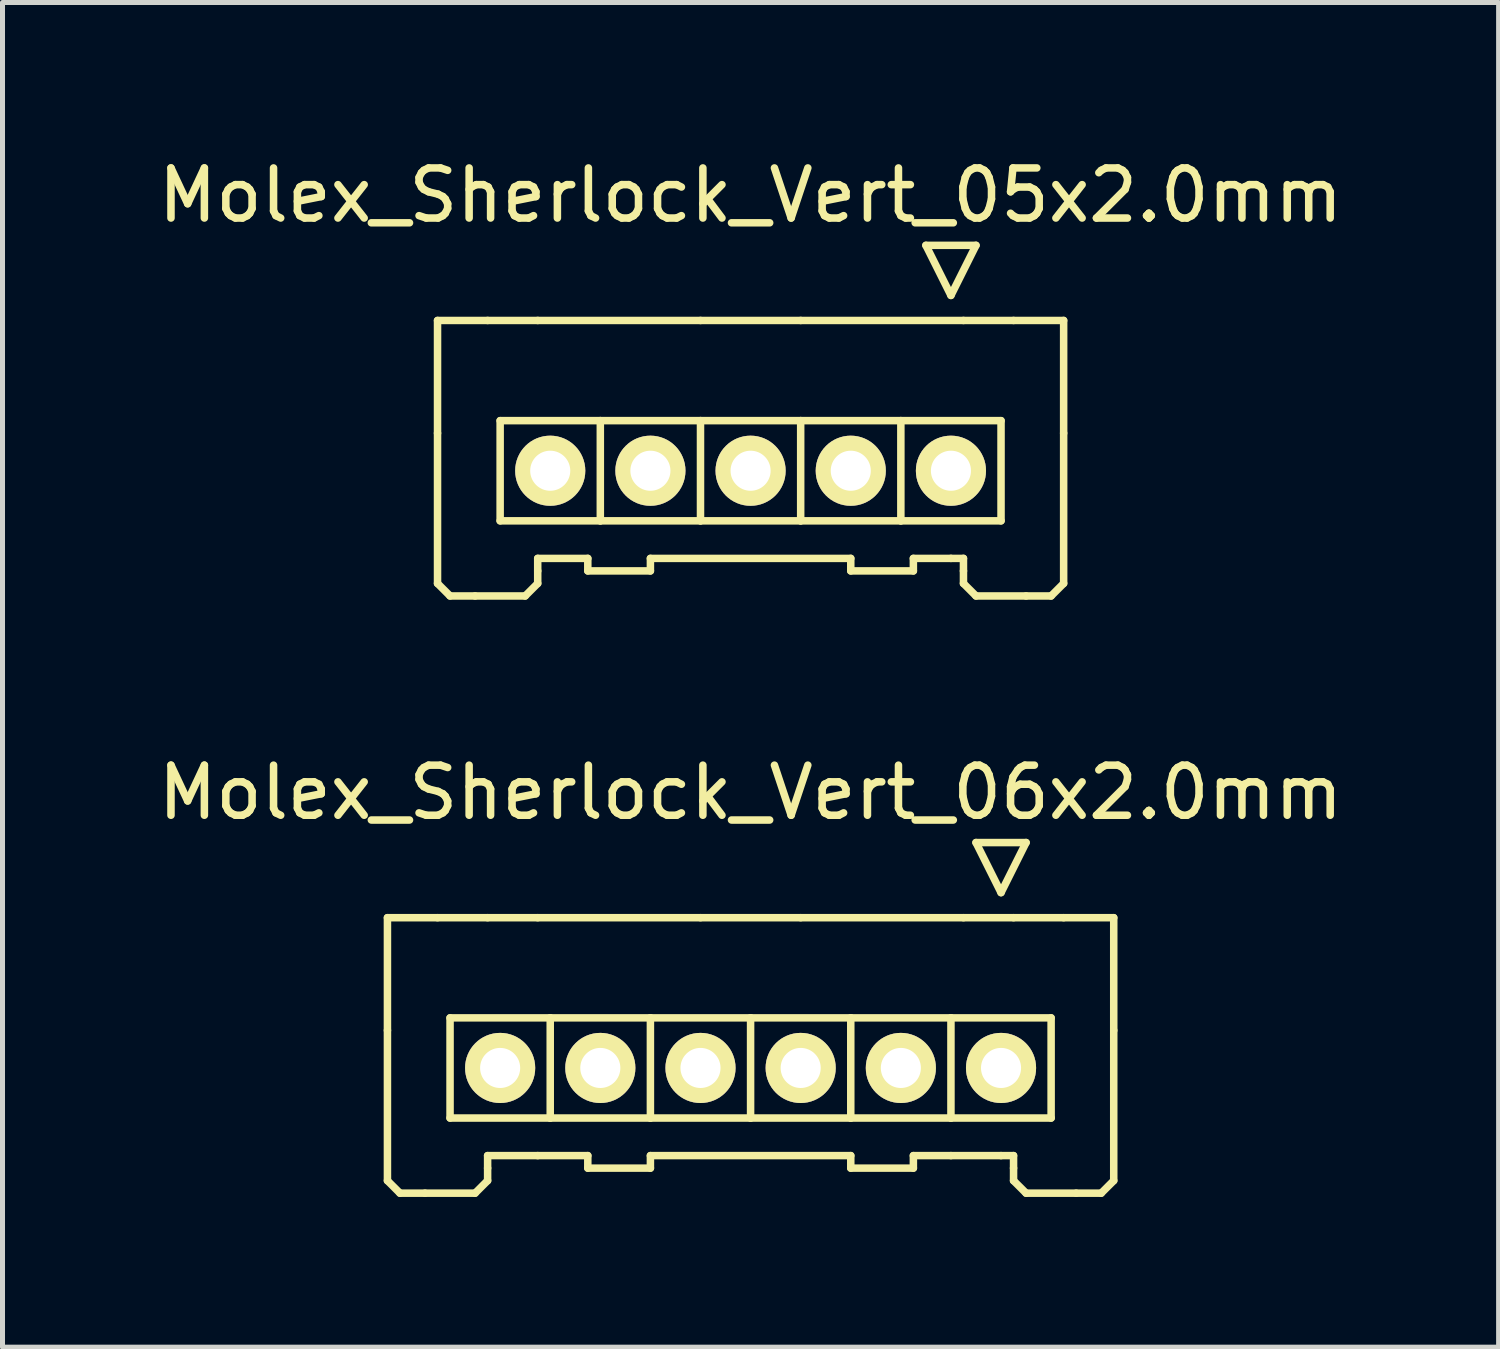
<source format=kicad_pcb>
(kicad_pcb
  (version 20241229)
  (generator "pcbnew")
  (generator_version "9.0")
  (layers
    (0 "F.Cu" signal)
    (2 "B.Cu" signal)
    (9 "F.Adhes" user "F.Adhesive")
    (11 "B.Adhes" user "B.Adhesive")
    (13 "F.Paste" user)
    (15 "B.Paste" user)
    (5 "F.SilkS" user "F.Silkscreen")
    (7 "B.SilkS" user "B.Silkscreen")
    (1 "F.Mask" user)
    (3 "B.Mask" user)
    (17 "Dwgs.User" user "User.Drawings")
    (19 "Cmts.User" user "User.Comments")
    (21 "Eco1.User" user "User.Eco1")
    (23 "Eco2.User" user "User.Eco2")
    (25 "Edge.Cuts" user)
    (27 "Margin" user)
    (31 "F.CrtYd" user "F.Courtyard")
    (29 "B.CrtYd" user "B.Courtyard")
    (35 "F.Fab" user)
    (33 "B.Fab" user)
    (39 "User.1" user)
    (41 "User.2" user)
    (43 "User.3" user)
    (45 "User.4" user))
  (footprint "Molex_Sherlock_Vert_05x2.0mm"
    (layer "F.Cu")
    (at 11.935 6.348)
    (property "Reference" "Molex_Sherlock_Vert_05x2.0mm" (at 0 -5.5 0) (layer "F.SilkS") (effects (font (size 1 1) (thickness 0.15))))
    (attr through_hole)
    (fp_line (start -6.25 -3) (end -6.25 -0.75) (stroke (width 0.15) (type solid)) (layer "F.SilkS"))
    (fp_line (start -6.25 -0.75) (end -6.25 2.25) (stroke (width 0.15) (type solid)) (layer "F.SilkS"))
    (fp_line (start -6.25 2.25) (end -6 2.5) (stroke (width 0.15) (type solid)) (layer "F.SilkS"))
    (fp_line (start -6 2.5) (end -5.5 2.5) (stroke (width 0.15) (type solid)) (layer "F.SilkS"))
    (fp_line (start -5.25 -3) (end -6.25 -3) (stroke (width 0.15) (type solid)) (layer "F.SilkS"))
    (fp_line (start -5 -1) (end -3 -1) (stroke (width 0.15) (type solid)) (layer "F.SilkS"))
    (fp_line (start -5 1) (end -5 -1) (stroke (width 0.15) (type solid)) (layer "F.SilkS"))
    (fp_line (start -4.5 2.5) (end -5.5 2.5) (stroke (width 0.15) (type solid)) (layer "F.SilkS"))
    (fp_line (start -4.25 -3) (end -5.25 -3) (stroke (width 0.15) (type solid)) (layer "F.SilkS"))
    (fp_line (start -4.25 -3) (end -1 -3) (stroke (width 0.15) (type solid)) (layer "F.SilkS"))
    (fp_line (start -4.25 1.75) (end -3.25 1.75) (stroke (width 0.15) (type solid)) (layer "F.SilkS"))
    (fp_line (start -4.25 2) (end -4.25 1.75) (stroke (width 0.15) (type solid)) (layer "F.SilkS"))
    (fp_line (start -4.25 2) (end -4.25 2.25) (stroke (width 0.15) (type solid)) (layer "F.SilkS"))
    (fp_line (start -4.25 2.25) (end -4.5 2.5) (stroke (width 0.15) (type solid)) (layer "F.SilkS"))
    (fp_line (start -3.25 1.75) (end -3.25 2) (stroke (width 0.15) (type solid)) (layer "F.SilkS"))
    (fp_line (start -3.25 2) (end -2 2) (stroke (width 0.15) (type solid)) (layer "F.SilkS"))
    (fp_line (start -3 -1) (end -3 1) (stroke (width 0.15) (type solid)) (layer "F.SilkS"))
    (fp_line (start -3 -1) (end -1 -1) (stroke (width 0.15) (type solid)) (layer "F.SilkS"))
    (fp_line (start -3 1) (end -5 1) (stroke (width 0.15) (type solid)) (layer "F.SilkS"))
    (fp_line (start -2 1.75) (end 2 1.75) (stroke (width 0.15) (type solid)) (layer "F.SilkS"))
    (fp_line (start -2 2) (end -2 1.75) (stroke (width 0.15) (type solid)) (layer "F.SilkS"))
    (fp_line (start -1 -1) (end -1 1) (stroke (width 0.15) (type solid)) (layer "F.SilkS"))
    (fp_line (start -1 -1) (end 1 -1) (stroke (width 0.15) (type solid)) (layer "F.SilkS"))
    (fp_line (start -1 1) (end -3 1) (stroke (width 0.15) (type solid)) (layer "F.SilkS"))
    (fp_line (start 1 -3) (end -1 -3) (stroke (width 0.15) (type solid)) (layer "F.SilkS"))
    (fp_line (start 1 -3) (end 4.25 -3) (stroke (width 0.15) (type solid)) (layer "F.SilkS"))
    (fp_line (start 1 -1) (end 1 1) (stroke (width 0.15) (type solid)) (layer "F.SilkS"))
    (fp_line (start 1 -1) (end 3 -1) (stroke (width 0.15) (type solid)) (layer "F.SilkS"))
    (fp_line (start 1 1) (end -1 1) (stroke (width 0.15) (type solid)) (layer "F.SilkS"))
    (fp_line (start 2 1.75) (end 2 2) (stroke (width 0.15) (type solid)) (layer "F.SilkS"))
    (fp_line (start 3 -1) (end 3 1) (stroke (width 0.15) (type solid)) (layer "F.SilkS"))
    (fp_line (start 3 -1) (end 5 -1) (stroke (width 0.15) (type solid)) (layer "F.SilkS"))
    (fp_line (start 3 1) (end 1 1) (stroke (width 0.15) (type solid)) (layer "F.SilkS"))
    (fp_line (start 3.25 1.75) (end 4 1.75) (stroke (width 0.15) (type solid)) (layer "F.SilkS"))
    (fp_line (start 3.25 2) (end 2 2) (stroke (width 0.15) (type solid)) (layer "F.SilkS"))
    (fp_line (start 3.25 2) (end 3.25 1.75) (stroke (width 0.15) (type solid)) (layer "F.SilkS"))
    (fp_line (start 3.5 -4.5) (end 4.5 -4.5) (stroke (width 0.15) (type solid)) (layer "F.SilkS"))
    (fp_line (start 4 -3.5) (end 3.5 -4.5) (stroke (width 0.15) (type solid)) (layer "F.SilkS"))
    (fp_line (start 4 1.75) (end 4.25 1.75) (stroke (width 0.15) (type solid)) (layer "F.SilkS"))
    (fp_line (start 4.25 1.75) (end 4.25 2) (stroke (width 0.15) (type solid)) (layer "F.SilkS"))
    (fp_line (start 4.25 2) (end 4.25 2.25) (stroke (width 0.15) (type solid)) (layer "F.SilkS"))
    (fp_line (start 4.5 -4.5) (end 4 -3.5) (stroke (width 0.15) (type solid)) (layer "F.SilkS"))
    (fp_line (start 4.5 2.5) (end 4.25 2.25) (stroke (width 0.15) (type solid)) (layer "F.SilkS"))
    (fp_line (start 5 -1) (end 5 1) (stroke (width 0.15) (type solid)) (layer "F.SilkS"))
    (fp_line (start 5 1) (end 3 1) (stroke (width 0.15) (type solid)) (layer "F.SilkS"))
    (fp_line (start 5.25 -3) (end 4.25 -3) (stroke (width 0.15) (type solid)) (layer "F.SilkS"))
    (fp_line (start 5.25 -3) (end 6.25 -3) (stroke (width 0.15) (type solid)) (layer "F.SilkS"))
    (fp_line (start 5.5 2.5) (end 4.5 2.5) (stroke (width 0.15) (type solid)) (layer "F.SilkS"))
    (fp_line (start 6 2.5) (end 5.5 2.5) (stroke (width 0.15) (type solid)) (layer "F.SilkS"))
    (fp_line (start 6.25 -0.75) (end 6.25 -3) (stroke (width 0.15) (type solid)) (layer "F.SilkS"))
    (fp_line (start 6.25 -0.75) (end 6.25 2.25) (stroke (width 0.15) (type solid)) (layer "F.SilkS"))
    (fp_line (start 6.25 2.25) (end 6 2.5) (stroke (width 0.15) (type solid)) (layer "F.SilkS"))
    (pad "1" thru_hole circle (at 4 0) (size 1.4 1.4) (drill 0.8) (layers "*.Cu" "*.Mask" "F.SilkS"))
    (pad "2" thru_hole circle (at 2 0) (size 1.4 1.4) (drill 0.8) (layers "*.Cu" "*.Mask" "F.SilkS"))
    (pad "3" thru_hole circle (at 0 0) (size 1.4 1.4) (drill 0.8) (layers "*.Cu" "*.Mask" "F.SilkS"))
    (pad "4" thru_hole circle (at -2 0) (size 1.4 1.4) (drill 0.8) (layers "*.Cu" "*.Mask" "F.SilkS"))
    (pad "5" thru_hole circle (at -4 0) (size 1.4 1.4) (drill 0.8) (layers "*.Cu" "*.Mask" "F.SilkS")))
  (footprint "Molex_Sherlock_Vert_06x2.0mm"
    (layer "F.Cu")
    (at 11.935 18.271)
    (property "Reference" "Molex_Sherlock_Vert_06x2.0mm" (at 0 -5.5 0) (layer "F.SilkS") (effects (font (size 1 1) (thickness 0.15))))
    (attr through_hole)
    (fp_line (start -7.25 -3) (end -7.25 -0.75) (stroke (width 0.15) (type solid)) (layer "F.SilkS"))
    (fp_line (start -7.25 -0.75) (end -7.25 2.25) (stroke (width 0.15) (type solid)) (layer "F.SilkS"))
    (fp_line (start -7.25 2.25) (end -7 2.5) (stroke (width 0.15) (type solid)) (layer "F.SilkS"))
    (fp_line (start -7 2.5) (end -6.5 2.5) (stroke (width 0.15) (type solid)) (layer "F.SilkS"))
    (fp_line (start -6.25 -3) (end -7.25 -3) (stroke (width 0.15) (type solid)) (layer "F.SilkS"))
    (fp_line (start -6 -1) (end -6 1) (stroke (width 0.15) (type solid)) (layer "F.SilkS"))
    (fp_line (start -6 1) (end -4 1) (stroke (width 0.15) (type solid)) (layer "F.SilkS"))
    (fp_line (start -5.5 2.5) (end -6.5 2.5) (stroke (width 0.15) (type solid)) (layer "F.SilkS"))
    (fp_line (start -5.25 -3) (end -6.25 -3) (stroke (width 0.15) (type solid)) (layer "F.SilkS"))
    (fp_line (start -5.25 1.75) (end -4.25 1.75) (stroke (width 0.15) (type solid)) (layer "F.SilkS"))
    (fp_line (start -5.25 2) (end -5.25 1.75) (stroke (width 0.15) (type solid)) (layer "F.SilkS"))
    (fp_line (start -5.25 2) (end -5.25 2.25) (stroke (width 0.15) (type solid)) (layer "F.SilkS"))
    (fp_line (start -5.25 2.25) (end -5.5 2.5) (stroke (width 0.15) (type solid)) (layer "F.SilkS"))
    (fp_line (start -4.25 -3) (end -5.25 -3) (stroke (width 0.15) (type solid)) (layer "F.SilkS"))
    (fp_line (start -4.25 -3) (end -1 -3) (stroke (width 0.15) (type solid)) (layer "F.SilkS"))
    (fp_line (start -4.25 1.75) (end -3.25 1.75) (stroke (width 0.15) (type solid)) (layer "F.SilkS"))
    (fp_line (start -4 -1) (end -6 -1) (stroke (width 0.15) (type solid)) (layer "F.SilkS"))
    (fp_line (start -4 -1) (end -2 -1) (stroke (width 0.15) (type solid)) (layer "F.SilkS"))
    (fp_line (start -4 1) (end -4 -1) (stroke (width 0.15) (type solid)) (layer "F.SilkS"))
    (fp_line (start -3.25 1.75) (end -3.25 2) (stroke (width 0.15) (type solid)) (layer "F.SilkS"))
    (fp_line (start -3.25 2) (end -2 2) (stroke (width 0.15) (type solid)) (layer "F.SilkS"))
    (fp_line (start -2 -1) (end -2 1) (stroke (width 0.15) (type solid)) (layer "F.SilkS"))
    (fp_line (start -2 -1) (end 0 -1) (stroke (width 0.15) (type solid)) (layer "F.SilkS"))
    (fp_line (start -2 1) (end -4 1) (stroke (width 0.15) (type solid)) (layer "F.SilkS"))
    (fp_line (start -2 1.75) (end 2 1.75) (stroke (width 0.15) (type solid)) (layer "F.SilkS"))
    (fp_line (start -2 2) (end -2 1.75) (stroke (width 0.15) (type solid)) (layer "F.SilkS"))
    (fp_line (start 0 -1) (end 0 1) (stroke (width 0.15) (type solid)) (layer "F.SilkS"))
    (fp_line (start 0 -1) (end 2 -1) (stroke (width 0.15) (type solid)) (layer "F.SilkS"))
    (fp_line (start 0 1) (end -2 1) (stroke (width 0.15) (type solid)) (layer "F.SilkS"))
    (fp_line (start 1 -3) (end -1 -3) (stroke (width 0.15) (type solid)) (layer "F.SilkS"))
    (fp_line (start 1 -3) (end 4.25 -3) (stroke (width 0.15) (type solid)) (layer "F.SilkS"))
    (fp_line (start 2 -1) (end 2 1) (stroke (width 0.15) (type solid)) (layer "F.SilkS"))
    (fp_line (start 2 -1) (end 4 -1) (stroke (width 0.15) (type solid)) (layer "F.SilkS"))
    (fp_line (start 2 1) (end 0 1) (stroke (width 0.15) (type solid)) (layer "F.SilkS"))
    (fp_line (start 2 1.75) (end 2 2) (stroke (width 0.15) (type solid)) (layer "F.SilkS"))
    (fp_line (start 3.25 1.75) (end 4 1.75) (stroke (width 0.15) (type solid)) (layer "F.SilkS"))
    (fp_line (start 3.25 2) (end 2 2) (stroke (width 0.15) (type solid)) (layer "F.SilkS"))
    (fp_line (start 3.25 2) (end 3.25 1.75) (stroke (width 0.15) (type solid)) (layer "F.SilkS"))
    (fp_line (start 4 -1) (end 4 1) (stroke (width 0.15) (type solid)) (layer "F.SilkS"))
    (fp_line (start 4 -1) (end 6 -1) (stroke (width 0.15) (type solid)) (layer "F.SilkS"))
    (fp_line (start 4 1) (end 2 1) (stroke (width 0.15) (type solid)) (layer "F.SilkS"))
    (fp_line (start 4.5 -4.5) (end 5.5 -4.5) (stroke (width 0.15) (type solid)) (layer "F.SilkS"))
    (fp_line (start 5 -3.5) (end 4.5 -4.5) (stroke (width 0.15) (type solid)) (layer "F.SilkS"))
    (fp_line (start 5 1.75) (end 4 1.75) (stroke (width 0.15) (type solid)) (layer "F.SilkS"))
    (fp_line (start 5 1.75) (end 5.25 1.75) (stroke (width 0.15) (type solid)) (layer "F.SilkS"))
    (fp_line (start 5.25 -3) (end 4.25 -3) (stroke (width 0.15) (type solid)) (layer "F.SilkS"))
    (fp_line (start 5.25 1.75) (end 5.25 2) (stroke (width 0.15) (type solid)) (layer "F.SilkS"))
    (fp_line (start 5.25 2) (end 5.25 2.25) (stroke (width 0.15) (type solid)) (layer "F.SilkS"))
    (fp_line (start 5.5 -4.5) (end 5 -3.5) (stroke (width 0.15) (type solid)) (layer "F.SilkS"))
    (fp_line (start 5.5 2.5) (end 5.25 2.25) (stroke (width 0.15) (type solid)) (layer "F.SilkS"))
    (fp_line (start 6 -1) (end 6 1) (stroke (width 0.15) (type solid)) (layer "F.SilkS"))
    (fp_line (start 6 1) (end 4 1) (stroke (width 0.15) (type solid)) (layer "F.SilkS"))
    (fp_line (start 6.25 -3) (end 5.25 -3) (stroke (width 0.15) (type solid)) (layer "F.SilkS"))
    (fp_line (start 6.25 -3) (end 7.25 -3) (stroke (width 0.15) (type solid)) (layer "F.SilkS"))
    (fp_line (start 6.5 2.5) (end 5.5 2.5) (stroke (width 0.15) (type solid)) (layer "F.SilkS"))
    (fp_line (start 7 2.5) (end 6.5 2.5) (stroke (width 0.15) (type solid)) (layer "F.SilkS"))
    (fp_line (start 7.25 -0.75) (end 7.25 -3) (stroke (width 0.15) (type solid)) (layer "F.SilkS"))
    (fp_line (start 7.25 -0.75) (end 7.25 2.25) (stroke (width 0.15) (type solid)) (layer "F.SilkS"))
    (fp_line (start 7.25 2.25) (end 7 2.5) (stroke (width 0.15) (type solid)) (layer "F.SilkS"))
    (pad "1" thru_hole circle (at 5 0) (size 1.4 1.4) (drill 0.8) (layers "*.Cu" "*.Mask" "F.SilkS"))
    (pad "2" thru_hole circle (at 3 0) (size 1.4 1.4) (drill 0.8) (layers "*.Cu" "*.Mask" "F.SilkS"))
    (pad "3" thru_hole circle (at 1 0) (size 1.4 1.4) (drill 0.8) (layers "*.Cu" "*.Mask" "F.SilkS"))
    (pad "4" thru_hole circle (at -1 0) (size 1.4 1.4) (drill 0.8) (layers "*.Cu" "*.Mask" "F.SilkS"))
    (pad "5" thru_hole circle (at -3 0) (size 1.4 1.4) (drill 0.8) (layers "*.Cu" "*.Mask" "F.SilkS"))
    (pad "6" thru_hole circle (at -5 0) (size 1.4 1.4) (drill 0.8) (layers "*.Cu" "*.Mask" "F.SilkS")))
  (gr_rect
    (start -3 -3)
    (end 26.869 23.846)
    (stroke (width 0.1) (type default))
    (fill no)
    (layer "Edge.Cuts")))
</source>
